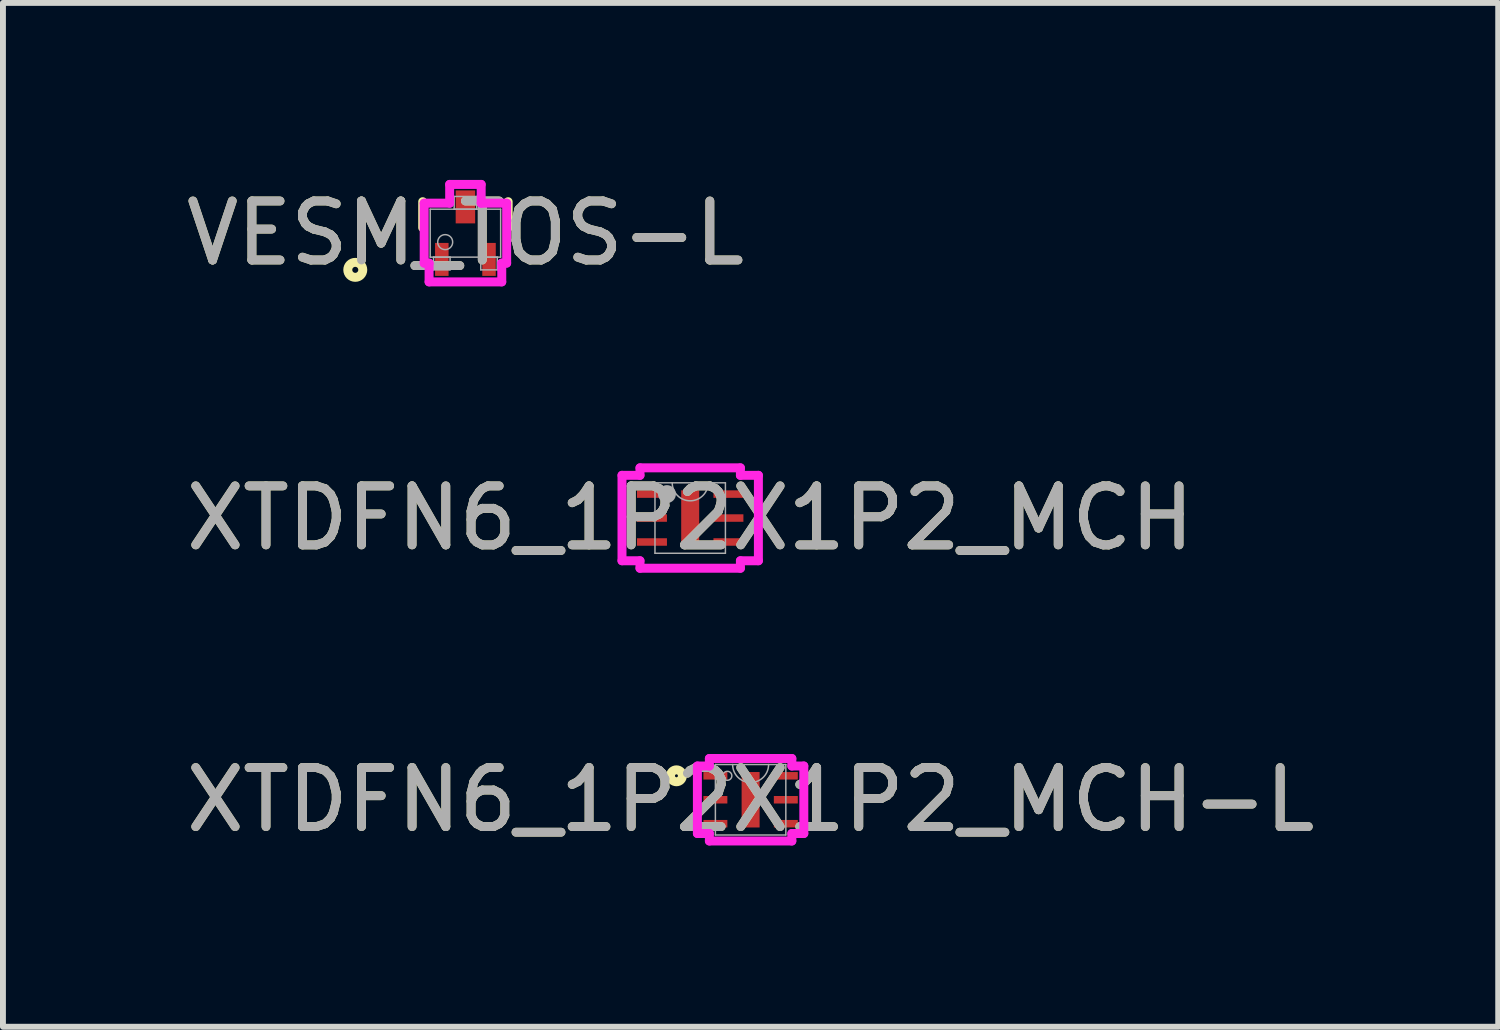
<source format=kicad_pcb>
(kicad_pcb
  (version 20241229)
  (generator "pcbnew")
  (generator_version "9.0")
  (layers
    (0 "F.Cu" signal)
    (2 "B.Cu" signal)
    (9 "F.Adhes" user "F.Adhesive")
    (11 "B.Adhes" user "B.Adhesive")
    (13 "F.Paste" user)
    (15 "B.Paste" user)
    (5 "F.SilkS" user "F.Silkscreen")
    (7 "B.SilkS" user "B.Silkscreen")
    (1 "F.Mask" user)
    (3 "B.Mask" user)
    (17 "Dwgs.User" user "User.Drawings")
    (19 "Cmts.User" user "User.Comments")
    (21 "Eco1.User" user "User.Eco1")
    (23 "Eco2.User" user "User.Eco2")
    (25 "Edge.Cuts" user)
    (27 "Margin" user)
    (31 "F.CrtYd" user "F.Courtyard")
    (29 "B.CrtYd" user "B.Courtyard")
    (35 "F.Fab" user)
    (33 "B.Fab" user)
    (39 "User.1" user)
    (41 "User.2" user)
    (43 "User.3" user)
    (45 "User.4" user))
  (footprint "VESM_TOS-L"
    (layer "F.Cu")
    (at 4.839 0.902)
    (property "Reference" "VESM_TOS-L" (at 0 0 0) (unlocked yes) (layer "F.SilkS") (effects (font (size 1 1) (thickness 0.15))))
    (attr smd)
    (fp_line (start -0.724 -0.533) (end -0.724 -0.093) (stroke (width 0.152) (type solid)) (layer "F.SilkS"))
    (fp_line (start 0.724 -0.093) (end 0.724 -0.533) (stroke (width 0.152) (type solid)) (layer "F.SilkS"))
    (fp_circle (center -1.867 0.622) (end -1.74 0.622) (stroke (width 0.152) (type solid)) (fill no) (layer "F.SilkS"))
    (fp_line (start -0.699 -0.508) (end -0.267 -0.508) (stroke (width 0.152) (type solid)) (layer "F.CrtYd"))
    (fp_line (start -0.699 0.508) (end -0.699 -0.508) (stroke (width 0.152) (type solid)) (layer "F.CrtYd"))
    (fp_line (start -0.699 0.508) (end -0.616 0.508) (stroke (width 0.152) (type solid)) (layer "F.CrtYd"))
    (fp_line (start -0.616 0.508) (end -0.616 0.826) (stroke (width 0.152) (type solid)) (layer "F.CrtYd"))
    (fp_line (start -0.616 0.826) (end 0.616 0.826) (stroke (width 0.152) (type solid)) (layer "F.CrtYd"))
    (fp_line (start -0.267 -0.826) (end 0.267 -0.826) (stroke (width 0.152) (type solid)) (layer "F.CrtYd"))
    (fp_line (start -0.267 -0.508) (end -0.267 -0.826) (stroke (width 0.152) (type solid)) (layer "F.CrtYd"))
    (fp_line (start 0.267 -0.508) (end 0.267 -0.826) (stroke (width 0.152) (type solid)) (layer "F.CrtYd"))
    (fp_line (start 0.616 0.508) (end 0.616 0.826) (stroke (width 0.152) (type solid)) (layer "F.CrtYd"))
    (fp_line (start 0.699 -0.508) (end 0.267 -0.508) (stroke (width 0.152) (type solid)) (layer "F.CrtYd"))
    (fp_line (start 0.699 -0.508) (end 0.699 0.508) (stroke (width 0.152) (type solid)) (layer "F.CrtYd"))
    (fp_line (start 0.699 0.508) (end 0.616 0.508) (stroke (width 0.152) (type solid)) (layer "F.CrtYd"))
    (fp_line (start -0.597 -0.406) (end -0.597 0.406) (stroke (width 0.025) (type solid)) (layer "F.Fab"))
    (fp_line (start -0.597 0.406) (end 0.597 0.406) (stroke (width 0.025) (type solid)) (layer "F.Fab"))
    (fp_line (start -0.54 0.406) (end -0.54 0.622) (stroke (width 0.025) (type solid)) (layer "F.Fab"))
    (fp_line (start -0.54 0.622) (end -0.26 0.622) (stroke (width 0.025) (type solid)) (layer "F.Fab"))
    (fp_line (start -0.26 0.406) (end -0.54 0.406) (stroke (width 0.025) (type solid)) (layer "F.Fab"))
    (fp_line (start -0.26 0.622) (end -0.26 0.406) (stroke (width 0.025) (type solid)) (layer "F.Fab"))
    (fp_line (start -0.191 -0.622) (end -0.191 -0.406) (stroke (width 0.025) (type solid)) (layer "F.Fab"))
    (fp_line (start -0.191 -0.406) (end 0.191 -0.406) (stroke (width 0.025) (type solid)) (layer "F.Fab"))
    (fp_line (start 0.191 -0.622) (end -0.191 -0.622) (stroke (width 0.025) (type solid)) (layer "F.Fab"))
    (fp_line (start 0.191 -0.406) (end 0.191 -0.622) (stroke (width 0.025) (type solid)) (layer "F.Fab"))
    (fp_line (start 0.26 0.406) (end 0.26 0.622) (stroke (width 0.025) (type solid)) (layer "F.Fab"))
    (fp_line (start 0.26 0.622) (end 0.54 0.622) (stroke (width 0.025) (type solid)) (layer "F.Fab"))
    (fp_line (start 0.54 0.406) (end 0.26 0.406) (stroke (width 0.025) (type solid)) (layer "F.Fab"))
    (fp_line (start 0.54 0.622) (end 0.54 0.406) (stroke (width 0.025) (type solid)) (layer "F.Fab"))
    (fp_line (start 0.597 -0.406) (end -0.597 -0.406) (stroke (width 0.025) (type solid)) (layer "F.Fab"))
    (fp_line (start 0.597 0.406) (end 0.597 -0.406) (stroke (width 0.025) (type solid)) (layer "F.Fab"))
    (fp_circle (center -0.343 0.152) (end -0.216 0.152) (stroke (width 0.025) (type solid)) (fill no) (layer "F.Fab"))
    (fp_text user "${REFERENCE}" (at 0 0 0) (unlocked yes) (layer "F.Fab") (effects (font (size 1 1) (thickness 0.15))))
    (pad "1" smd rect (at -0.4 0.445) (size 0.229 0.559) (layers "F.Cu" "F.Mask" "F.Paste"))
    (pad "2" smd rect (at 0.4 0.445) (size 0.229 0.559) (layers "F.Cu" "F.Mask" "F.Paste"))
    (pad "3" smd rect (at 0 -0.445) (size 0.33 0.559) (layers "F.Cu" "F.Mask" "F.Paste")))
  (footprint "XTDFN6_1P2X1P2_MCH"
    (layer "F.Cu")
    (at 8.649 5.731)
    (property "Reference" "XTDFN6_1P2X1P2_MCH" (at 0 0 0) (unlocked yes) (layer "F.SilkS") (effects (font (size 1 1) (thickness 0.15))))
    (attr smd)
    (fp_line (start -1.156 -0.724) (end -0.851 -0.724) (stroke (width 0.152) (type solid)) (layer "F.CrtYd"))
    (fp_line (start -1.156 0.724) (end -1.156 -0.724) (stroke (width 0.152) (type solid)) (layer "F.CrtYd"))
    (fp_line (start -1.156 0.724) (end -0.851 0.724) (stroke (width 0.152) (type solid)) (layer "F.CrtYd"))
    (fp_line (start -0.851 -0.851) (end 0.851 -0.851) (stroke (width 0.152) (type solid)) (layer "F.CrtYd"))
    (fp_line (start -0.851 -0.724) (end -0.851 -0.851) (stroke (width 0.152) (type solid)) (layer "F.CrtYd"))
    (fp_line (start -0.851 0.851) (end -0.851 0.724) (stroke (width 0.152) (type solid)) (layer "F.CrtYd"))
    (fp_line (start 0.851 -0.851) (end 0.851 -0.724) (stroke (width 0.152) (type solid)) (layer "F.CrtYd"))
    (fp_line (start 0.851 0.724) (end 0.851 0.851) (stroke (width 0.152) (type solid)) (layer "F.CrtYd"))
    (fp_line (start 0.851 0.851) (end -0.851 0.851) (stroke (width 0.152) (type solid)) (layer "F.CrtYd"))
    (fp_line (start 1.156 -0.724) (end 0.851 -0.724) (stroke (width 0.152) (type solid)) (layer "F.CrtYd"))
    (fp_line (start 1.156 -0.724) (end 1.156 0.724) (stroke (width 0.152) (type solid)) (layer "F.CrtYd"))
    (fp_line (start 1.156 0.724) (end 0.851 0.724) (stroke (width 0.152) (type solid)) (layer "F.CrtYd"))
    (fp_line (start -0.597 -0.597) (end -0.597 0.597) (stroke (width 0.025) (type solid)) (layer "F.Fab"))
    (fp_line (start -0.597 0.597) (end 0.597 0.597) (stroke (width 0.025) (type solid)) (layer "F.Fab"))
    (fp_line (start 0.597 -0.597) (end -0.597 -0.597) (stroke (width 0.025) (type solid)) (layer "F.Fab"))
    (fp_line (start 0.597 0.597) (end 0.597 -0.597) (stroke (width 0.025) (type solid)) (layer "F.Fab"))
    (fp_arc (start 0.3048 -0.5969) (mid 0 -0.2921) (end -0.3048 -0.5969) (stroke (width 0.0254) (type solid)) (layer "F.Fab"))
    (fp_circle (center -0.394 -0.406) (end -0.394 -0.406) (stroke (width 0.152) (type solid)) (fill no) (layer "F.Fab"))
    (fp_text user "${REFERENCE}" (at 0 0 0) (unlocked yes) (layer "F.Fab") (effects (font (size 1 1) (thickness 0.15))))
    (pad "1" smd rect (at -0.648 -0.406) (size 0.508 0.127) (layers "F.Cu" "F.Mask" "F.Paste"))
    (pad "2" smd rect (at -0.648 0) (size 0.508 0.127) (layers "F.Cu" "F.Mask" "F.Paste"))
    (pad "3" smd rect (at -0.648 0.406) (size 0.508 0.127) (layers "F.Cu" "F.Mask" "F.Paste"))
    (pad "4" smd rect (at 0.648 0.406) (size 0.508 0.127) (layers "F.Cu" "F.Mask" "F.Paste"))
    (pad "5" smd rect (at 0.648 0) (size 0.508 0.127) (layers "F.Cu" "F.Mask" "F.Paste"))
    (pad "6" smd rect (at 0.648 -0.406) (size 0.508 0.127) (layers "F.Cu" "F.Mask" "F.Paste"))
    (pad "7" smd rect (at 0 0) (size 0.305 0.94) (layers "F.Cu" "F.Mask" "F.Paste")))
  (footprint "XTDFN6_1P2X1P2_MCH-L"
    (layer "F.Cu")
    (at 9.673 10.506)
    (property "Reference" "XTDFN6_1P2X1P2_MCH-L" (at 0 0 0) (unlocked yes) (layer "F.SilkS") (effects (font (size 1 1) (thickness 0.15))))
    (attr smd)
    (fp_circle (center -1.257 -0.406) (end -1.156 -0.406) (stroke (width 0.152) (type solid)) (fill no) (layer "F.SilkS"))
    (fp_line (start -0.902 -0.572) (end -0.699 -0.572) (stroke (width 0.152) (type solid)) (layer "F.CrtYd"))
    (fp_line (start -0.902 0.572) (end -0.902 -0.572) (stroke (width 0.152) (type solid)) (layer "F.CrtYd"))
    (fp_line (start -0.902 0.572) (end -0.699 0.572) (stroke (width 0.152) (type solid)) (layer "F.CrtYd"))
    (fp_line (start -0.699 -0.699) (end 0.699 -0.699) (stroke (width 0.152) (type solid)) (layer "F.CrtYd"))
    (fp_line (start -0.699 -0.572) (end -0.699 -0.699) (stroke (width 0.152) (type solid)) (layer "F.CrtYd"))
    (fp_line (start -0.699 0.699) (end -0.699 0.572) (stroke (width 0.152) (type solid)) (layer "F.CrtYd"))
    (fp_line (start 0.699 -0.699) (end 0.699 -0.572) (stroke (width 0.152) (type solid)) (layer "F.CrtYd"))
    (fp_line (start 0.699 0.572) (end 0.699 0.699) (stroke (width 0.152) (type solid)) (layer "F.CrtYd"))
    (fp_line (start 0.699 0.699) (end -0.699 0.699) (stroke (width 0.152) (type solid)) (layer "F.CrtYd"))
    (fp_line (start 0.902 -0.572) (end 0.699 -0.572) (stroke (width 0.152) (type solid)) (layer "F.CrtYd"))
    (fp_line (start 0.902 -0.572) (end 0.902 0.572) (stroke (width 0.152) (type solid)) (layer "F.CrtYd"))
    (fp_line (start 0.902 0.572) (end 0.699 0.572) (stroke (width 0.152) (type solid)) (layer "F.CrtYd"))
    (fp_line (start -0.597 -0.597) (end -0.597 0.597) (stroke (width 0.025) (type solid)) (layer "F.Fab"))
    (fp_line (start -0.597 0.597) (end 0.597 0.597) (stroke (width 0.025) (type solid)) (layer "F.Fab"))
    (fp_line (start 0.597 -0.597) (end -0.597 -0.597) (stroke (width 0.025) (type solid)) (layer "F.Fab"))
    (fp_line (start 0.597 0.597) (end 0.597 -0.597) (stroke (width 0.025) (type solid)) (layer "F.Fab"))
    (fp_arc (start 0.3048 -0.5969) (mid 0 -0.2921) (end -0.3048 -0.5969) (stroke (width 0.0254) (type solid)) (layer "F.Fab"))
    (fp_circle (center -0.394 -0.406) (end -0.318 -0.406) (stroke (width 0.025) (type solid)) (fill no) (layer "F.Fab"))
    (fp_text user "${REFERENCE}" (at 0 0 0) (unlocked yes) (layer "F.Fab") (effects (font (size 1 1) (thickness 0.15))))
    (pad "1" smd rect (at -0.597 -0.406) (size 0.406 0.127) (layers "F.Cu" "F.Mask" "F.Paste"))
    (pad "2" smd rect (at -0.597 0) (size 0.406 0.127) (layers "F.Cu" "F.Mask" "F.Paste"))
    (pad "3" smd rect (at -0.597 0.406) (size 0.406 0.127) (layers "F.Cu" "F.Mask" "F.Paste"))
    (pad "4" smd rect (at 0.597 0.406) (size 0.406 0.127) (layers "F.Cu" "F.Mask" "F.Paste"))
    (pad "5" smd rect (at 0.597 0) (size 0.406 0.127) (layers "F.Cu" "F.Mask" "F.Paste"))
    (pad "6" smd rect (at 0.597 -0.406) (size 0.406 0.127) (layers "F.Cu" "F.Mask" "F.Paste"))
    (pad "7" smd rect (at 0 0) (size 0.305 0.94) (layers "F.Cu" "F.Mask" "F.Paste")))
  (gr_rect
    (start -3 -3)
    (end 22.345 14.354)
    (stroke (width 0.1) (type default))
    (fill no)
    (layer "Edge.Cuts")))
</source>
